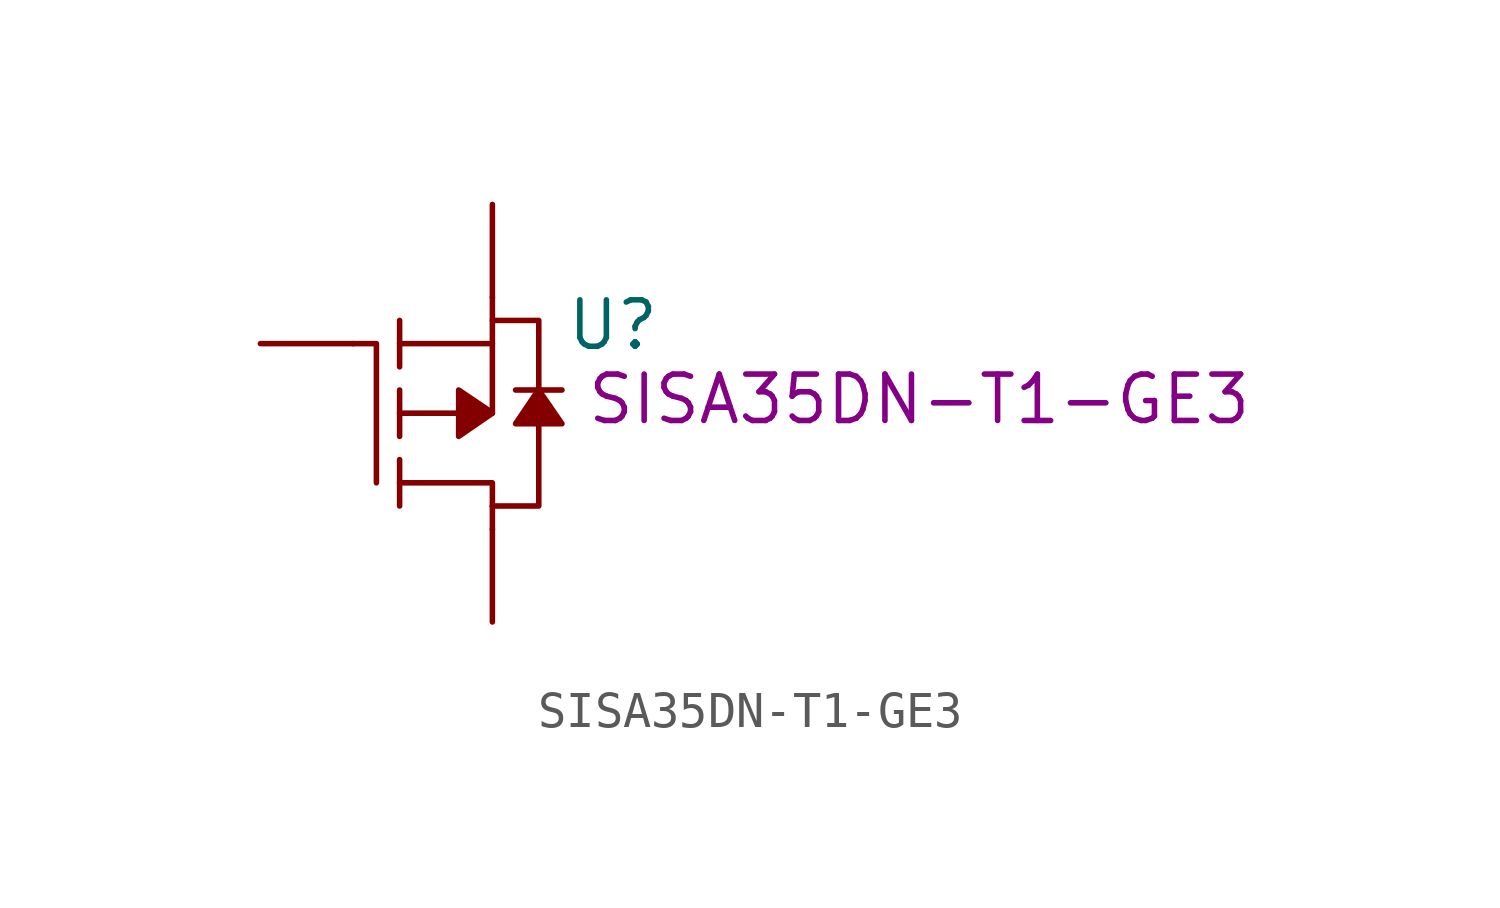
<source format=kicad_sym>
(kicad_symbol_lib
  (version 20231120)
  (generator "kicad_symbol_editor")
  (generator_version "8.0")
  (symbol "SISA35DN-T1-GE3"
    (pin_numbers hide)
    (property "Reference" "U"
      (at 5.842 -3.302 0)
      (effects (font (size 1.27 1.27))))
    (property "MPN" "SISA35DN-T1-GE3"
      (at 14.224 -5.334 0)
      (effects (font (size 1.27 1.27) (color 132 0 132 1))))
    (symbol "SISA35DN-T1-GE3_0_1"
      (polyline (pts (xy 0 -6.985) (xy 0 -8.255)) (stroke (width 0) (type default)) (fill (type none)))
      (polyline (pts (xy 0 -5.715) (xy 1.905 -5.715)) (stroke (width 0) (type default)) (fill (type none)))
      (polyline (pts (xy 0 -5.08) (xy 0 -6.35)) (stroke (width 0) (type default)) (fill (type none)))
      (polyline (pts (xy 0 -3.175) (xy 0 -4.445)) (stroke (width 0) (type default)) (fill (type none)))
      (polyline (pts (xy 2.54 -8.89) (xy 2.54 -8.255)) (stroke (width 0) (type default)) (fill (type none)))
      (polyline (pts (xy 2.54 -3.175) (xy 2.54 -2.54)) (stroke (width 0) (type default)) (fill (type none)))
      (polyline (pts (xy 3.175 -5.08) (xy 4.445 -5.08)) (stroke (width 0) (type default)) (fill (type none)))
      (polyline (pts (xy -0.635 -7.62) (xy -0.635 -3.81) (xy -1.27 -3.81)) (stroke (width 0) (type default)) (fill (type none)))
      (polyline (pts (xy 0 -3.81) (xy 2.54 -3.81) (xy 2.54 -5.715)) (stroke (width 0) (type default)) (fill (type none)))
      (polyline (pts (xy 2.54 -8.255) (xy 2.54 -7.62) (xy 0 -7.62)) (stroke (width 0) (type default)) (fill (type none)))
      (polyline (pts (xy 2.54 -8.255) (xy 3.81 -8.255) (xy 3.81 -5.715)) (stroke (width 0) (type default)) (fill (type none)))
      (polyline (pts (xy 2.54 -5.715) (xy 1.617 -6.35) (xy 1.617 -5.08) (xy 2.54 -5.702)) (stroke (width 0) (type default)) (fill (type outline)))
      (polyline (pts (xy 3.81 -5.08) (xy 3.81 -3.175) (xy 2.54 -3.175) (xy 2.54 -3.81)) (stroke (width 0) (type default)) (fill (type none)))
      (polyline (pts (xy 3.81 -5.08) (xy 4.445 -6.003) (xy 3.175 -6.003) (xy 3.797 -5.08)) (stroke (width 0) (type default)) (fill (type outline))))
    (symbol "SISA35DN-T1-GE3_1_1"
      (pin passive line (at 2.54 0 270) (length 2.54) (name "" (effects (font (size 1.27 1.27)))) (number "1" (effects (font (size 1.27 1.27)))))
      (pin passive line (at 2.54 0 270) (length 2.54) hide (name "" (effects (font (size 1.27 1.27)))) (number "2" (effects (font (size 1.27 1.27)))))
      (pin passive line (at 2.54 0 270) (length 2.54) hide (name "" (effects (font (size 1.27 1.27)))) (number "3" (effects (font (size 1.27 1.27)))))
      (pin passive line (at -3.81 -3.81 0) (length 2.54) (name "" (effects (font (size 1.27 1.27)))) (number "4" (effects (font (size 1.27 1.27)))))
      (pin passive line (at 2.54 -11.43 90) (length 2.54) (name "" (effects (font (size 1.27 1.27)))) (number "5" (effects (font (size 1.27 1.27)))))
      (pin passive line (at 2.54 -11.43 90) (length 2.54) hide (name "" (effects (font (size 1.27 1.27)))) (number "6" (effects (font (size 1.27 1.27)))))
      (pin passive line (at 2.54 -11.43 90) (length 2.54) hide (name "" (effects (font (size 1.27 1.27)))) (number "7" (effects (font (size 1.27 1.27)))))
      (pin passive line (at 2.54 -11.43 90) (length 2.54) hide (name "" (effects (font (size 1.27 1.27)))) (number "8" (effects (font (size 1.27 1.27))))))))
</source>
